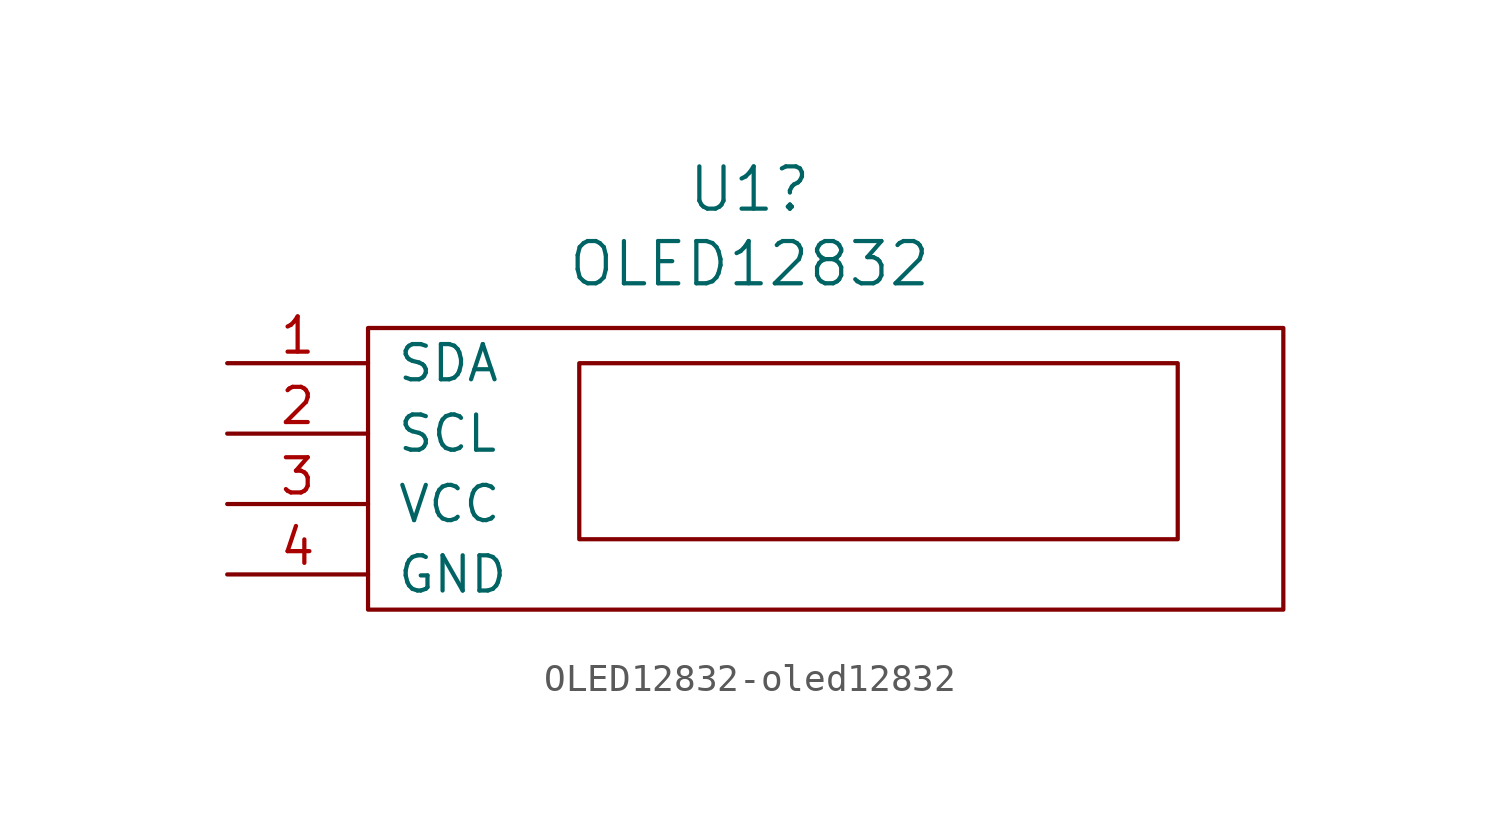
<source format=kicad_sym>
(kicad_symbol_lib
  (version 20211014)
  (generator kicad_symbol_editor)
  (symbol "OLED12832-oled12832"
    (pin_names
      (offset 1.016))
    (property "Reference" "U1"
      (at 13.767 16.434 0)
      (effects (font (size 1.524 1.524))))
    (property "Value" "OLED12832"
      (at 13.767 13.741 0)
      (effects (font (size 1.524 1.524))))
    (symbol "OLED12832-oled12832_0_1"
      (rectangle (start 0 11.43) (end 33.02 1.27) (stroke (width 0) (type default) (color 0 0 0 0)) (fill (type none)))
      (rectangle (start 7.62 10.16) (end 29.21 3.81) (stroke (width 0) (type default) (color 0 0 0 0)) (fill (type none))))
    (symbol "OLED12832-oled12832_1_1"
      (pin bidirectional line (at -5.08 10.16 0) (length 5.08) (name "SDA" (effects (font (size 1.27 1.27)))) (number "1" (effects (font (size 1.27 1.27)))))
      (pin bidirectional line (at -5.08 7.62 0) (length 5.08) (name "SCL" (effects (font (size 1.27 1.27)))) (number "2" (effects (font (size 1.27 1.27)))))
      (pin power_in line (at -5.08 5.08 0) (length 5.08) (name "VCC" (effects (font (size 1.27 1.27)))) (number "3" (effects (font (size 1.27 1.27)))))
      (pin power_in line (at -5.08 2.54 0) (length 5.08) (name "GND" (effects (font (size 1.27 1.27)))) (number "4" (effects (font (size 1.27 1.27))))))))
</source>
